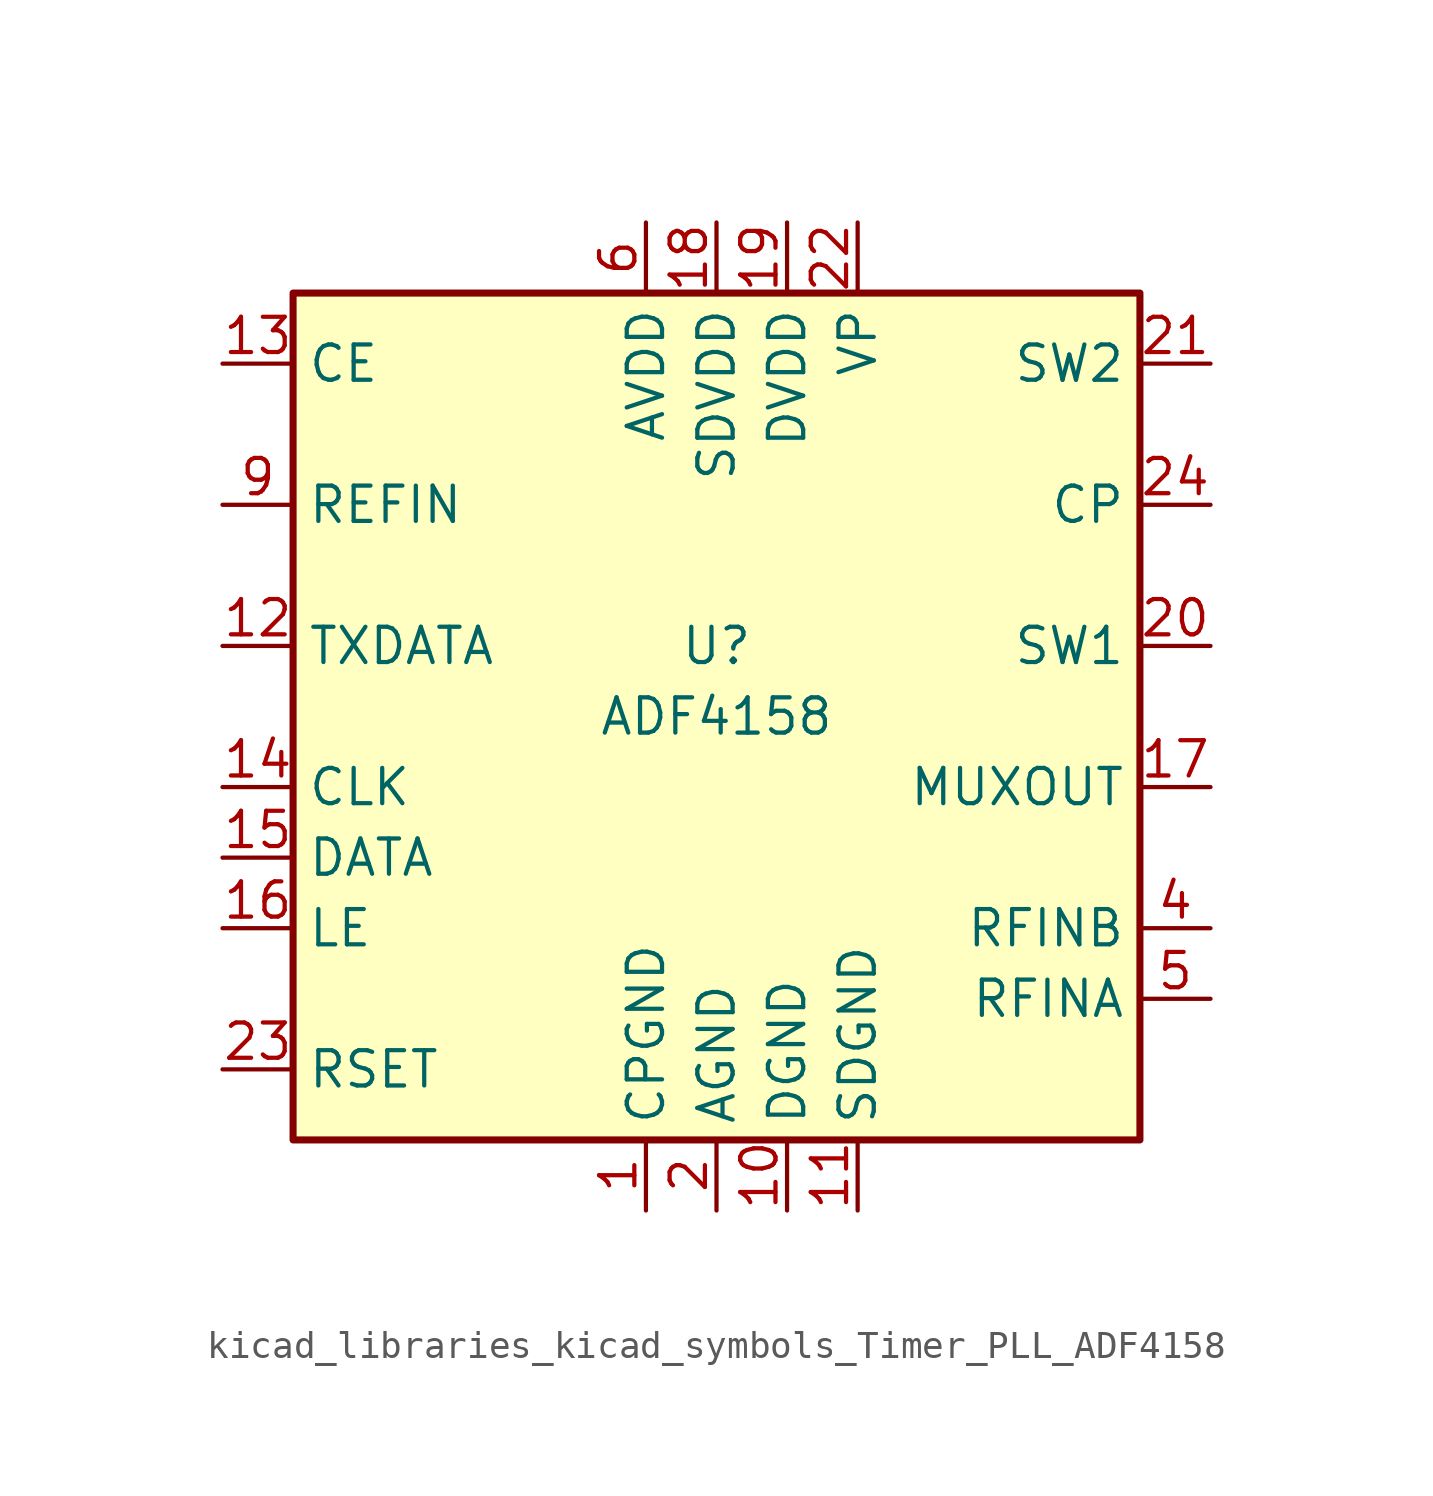
<source format=kicad_sym>
(kicad_symbol_lib
  (version 20220914)
  (generator kicad_symbol_editor)
  (symbol "kicad_libraries_kicad_symbols_Timer_PLL_ADF4158"
    (property "Reference" "U"
      (at 0 2.54 0)
      (effects (font (size 1.27 1.27))))
    (property "Value" "ADF4158"
      (at 0 0 0)
      (effects (font (size 1.27 1.27))))
    (symbol "kicad_libraries_kicad_symbols_Timer_PLL_ADF4158_0_1"
      (rectangle (start -15.24 15.24) (end 15.24 -15.24) (stroke (width 0.254) (type default)) (fill (type background))))
    (symbol "kicad_libraries_kicad_symbols_Timer_PLL_ADF4158_1_1"
      (pin power_in line (at -2.54 -17.78 90) (length 2.54) (name "CPGND" (effects (font (size 1.27 1.27)))) (number "1" (effects (font (size 1.27 1.27)))))
      (pin power_in line (at 2.54 -17.78 90) (length 2.54) (name "DGND" (effects (font (size 1.27 1.27)))) (number "10" (effects (font (size 1.27 1.27)))))
      (pin power_in line (at 5.08 -17.78 90) (length 2.54) (name "SDGND" (effects (font (size 1.27 1.27)))) (number "11" (effects (font (size 1.27 1.27)))))
      (pin input line (at -17.78 2.54 0) (length 2.54) (name "TXDATA" (effects (font (size 1.27 1.27)))) (number "12" (effects (font (size 1.27 1.27)))))
      (pin input line (at -17.78 12.7 0) (length 2.54) (name "CE" (effects (font (size 1.27 1.27)))) (number "13" (effects (font (size 1.27 1.27)))))
      (pin input line (at -17.78 -2.54 0) (length 2.54) (name "CLK" (effects (font (size 1.27 1.27)))) (number "14" (effects (font (size 1.27 1.27)))))
      (pin input line (at -17.78 -5.08 0) (length 2.54) (name "DATA" (effects (font (size 1.27 1.27)))) (number "15" (effects (font (size 1.27 1.27)))))
      (pin input line (at -17.78 -7.62 0) (length 2.54) (name "LE" (effects (font (size 1.27 1.27)))) (number "16" (effects (font (size 1.27 1.27)))))
      (pin output line (at 17.78 -2.54 180) (length 2.54) (name "MUXOUT" (effects (font (size 1.27 1.27)))) (number "17" (effects (font (size 1.27 1.27)))))
      (pin power_in line (at 0 17.78 270) (length 2.54) (name "SDVDD" (effects (font (size 1.27 1.27)))) (number "18" (effects (font (size 1.27 1.27)))))
      (pin power_in line (at 2.54 17.78 270) (length 2.54) (name "DVDD" (effects (font (size 1.27 1.27)))) (number "19" (effects (font (size 1.27 1.27)))))
      (pin power_in line (at 0 -17.78 90) (length 2.54) (name "AGND" (effects (font (size 1.27 1.27)))) (number "2" (effects (font (size 1.27 1.27)))))
      (pin passive line (at 17.78 2.54 180) (length 2.54) (name "SW1" (effects (font (size 1.27 1.27)))) (number "20" (effects (font (size 1.27 1.27)))))
      (pin passive line (at 17.78 12.7 180) (length 2.54) (name "SW2" (effects (font (size 1.27 1.27)))) (number "21" (effects (font (size 1.27 1.27)))))
      (pin power_in line (at 5.08 17.78 270) (length 2.54) (name "VP" (effects (font (size 1.27 1.27)))) (number "22" (effects (font (size 1.27 1.27)))))
      (pin passive line (at -17.78 -12.7 0) (length 2.54) (name "RSET" (effects (font (size 1.27 1.27)))) (number "23" (effects (font (size 1.27 1.27)))))
      (pin output line (at 17.78 7.62 180) (length 2.54) (name "CP" (effects (font (size 1.27 1.27)))) (number "24" (effects (font (size 1.27 1.27)))))
      (pin passive line (at 0 -17.78 90) (length 2.54) hide (name "AGND" (effects (font (size 1.27 1.27)))) (number "25" (effects (font (size 1.27 1.27)))))
      (pin passive line (at 0 -17.78 90) (length 2.54) hide (name "AGND" (effects (font (size 1.27 1.27)))) (number "3" (effects (font (size 1.27 1.27)))))
      (pin input line (at 17.78 -7.62 180) (length 2.54) (name "RFINB" (effects (font (size 1.27 1.27)))) (number "4" (effects (font (size 1.27 1.27)))))
      (pin input line (at 17.78 -10.16 180) (length 2.54) (name "RFINA" (effects (font (size 1.27 1.27)))) (number "5" (effects (font (size 1.27 1.27)))))
      (pin power_in line (at -2.54 17.78 270) (length 2.54) (name "AVDD" (effects (font (size 1.27 1.27)))) (number "6" (effects (font (size 1.27 1.27)))))
      (pin passive line (at -2.54 17.78 270) (length 2.54) hide (name "AVDD" (effects (font (size 1.27 1.27)))) (number "7" (effects (font (size 1.27 1.27)))))
      (pin passive line (at -2.54 17.78 270) (length 2.54) hide (name "AVDD" (effects (font (size 1.27 1.27)))) (number "8" (effects (font (size 1.27 1.27)))))
      (pin input line (at -17.78 7.62 0) (length 2.54) (name "REFIN" (effects (font (size 1.27 1.27)))) (number "9" (effects (font (size 1.27 1.27))))))))
</source>
